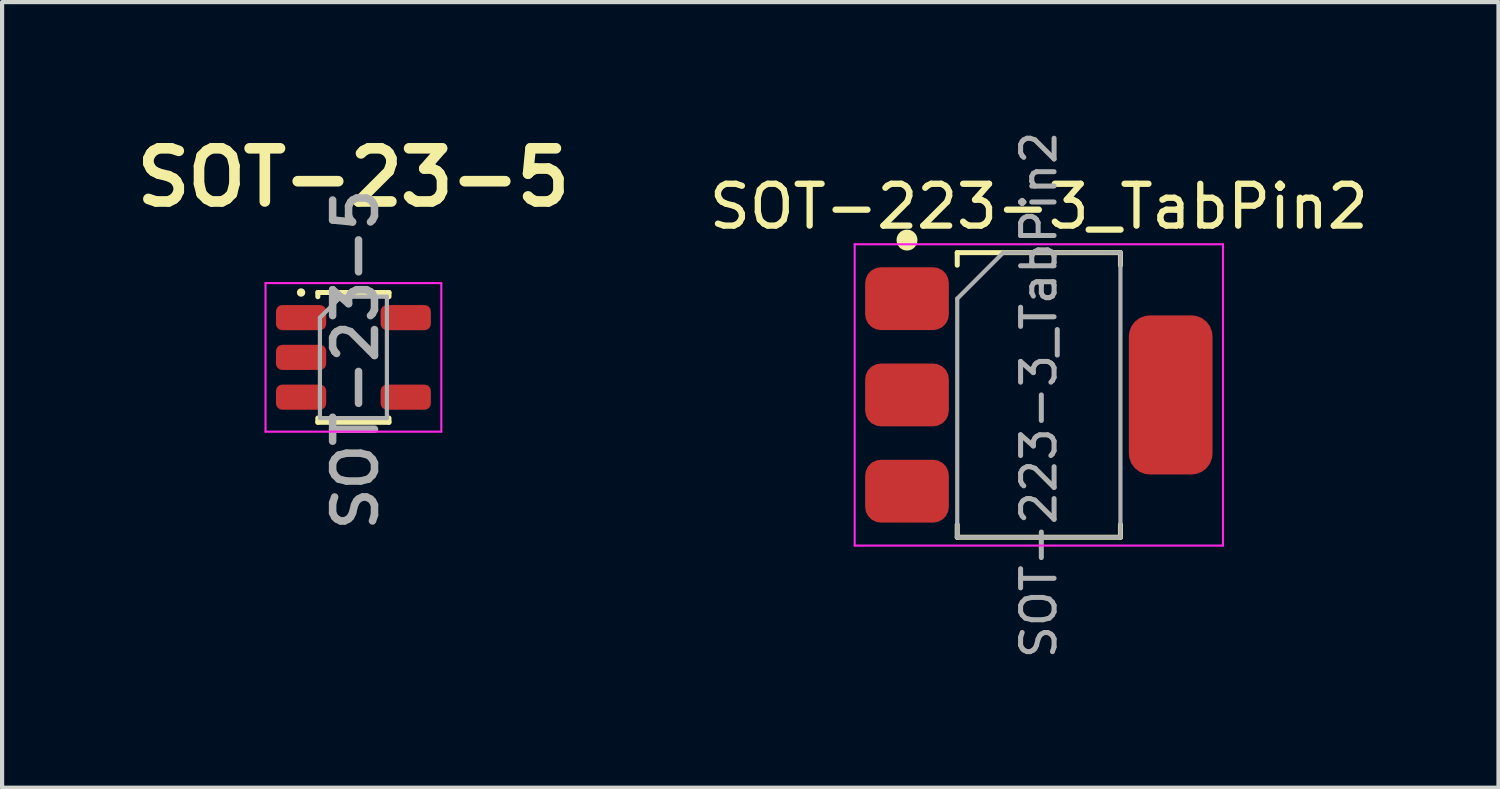
<source format=kicad_pcb>
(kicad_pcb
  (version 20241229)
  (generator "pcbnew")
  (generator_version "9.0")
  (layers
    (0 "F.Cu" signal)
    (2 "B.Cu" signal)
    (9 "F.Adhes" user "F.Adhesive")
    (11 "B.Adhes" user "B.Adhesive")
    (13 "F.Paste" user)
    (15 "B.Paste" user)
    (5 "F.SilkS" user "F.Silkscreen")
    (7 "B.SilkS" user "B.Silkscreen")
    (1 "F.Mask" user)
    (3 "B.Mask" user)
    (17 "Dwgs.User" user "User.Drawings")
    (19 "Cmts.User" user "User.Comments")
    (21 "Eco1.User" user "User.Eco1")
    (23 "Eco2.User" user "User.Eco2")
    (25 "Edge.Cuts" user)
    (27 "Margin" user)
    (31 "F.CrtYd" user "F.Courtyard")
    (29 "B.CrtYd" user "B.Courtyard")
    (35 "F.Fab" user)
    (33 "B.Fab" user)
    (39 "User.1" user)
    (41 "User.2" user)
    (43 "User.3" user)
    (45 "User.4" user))
  (footprint "SOT-23-5"
    (layer "F.Cu")
    (at 5.394 5.489)
    (property "Reference" "SOT-23-5" (at 0 -4.3 0) (layer "F.SilkS") (effects (font (size 1.27 1.27) (thickness 0.254))))
    (attr smd)
    (fp_line (start -0.85 -1.55) (end 0.85 -1.55) (stroke (width 0.12) (type solid)) (layer "F.SilkS"))
    (fp_line (start -0.85 -1.45) (end -0.85 -1.55) (stroke (width 0.12) (type solid)) (layer "F.SilkS"))
    (fp_line (start -0.85 1.55) (end -0.85 1.45) (stroke (width 0.12) (type solid)) (layer "F.SilkS"))
    (fp_line (start 0.85 -1.55) (end 0.85 -1.45) (stroke (width 0.12) (type solid)) (layer "F.SilkS"))
    (fp_line (start 0.85 1.45) (end 0.85 1.55) (stroke (width 0.12) (type solid)) (layer "F.SilkS"))
    (fp_line (start 0.85 1.55) (end -0.85 1.55) (stroke (width 0.12) (type solid)) (layer "F.SilkS"))
    (fp_circle (center -1.25 -1.55) (end -1.25 -1.5) (stroke (width 0.1) (type default)) (fill yes) (layer "F.SilkS"))
    (fp_line (start -2.1 -1.775) (end 2.1 -1.775) (stroke (width 0.05) (type solid)) (layer "F.CrtYd"))
    (fp_line (start -2.1 1.775) (end -2.1 -1.775) (stroke (width 0.05) (type solid)) (layer "F.CrtYd"))
    (fp_line (start 2.1 -1.775) (end 2.1 1.775) (stroke (width 0.05) (type solid)) (layer "F.CrtYd"))
    (fp_line (start 2.1 1.775) (end -2.1 1.775) (stroke (width 0.05) (type solid)) (layer "F.CrtYd"))
    (fp_line (start -0.8 -0.95) (end -0.3 -1.45) (stroke (width 0.1) (type default)) (layer "F.Fab"))
    (fp_line (start -0.8 1.45) (end -0.8 -0.95) (stroke (width 0.1) (type solid)) (layer "F.Fab"))
    (fp_line (start -0.3 -1.45) (end 0.8 -1.45) (stroke (width 0.1) (type solid)) (layer "F.Fab"))
    (fp_line (start 0.8 -1.45) (end 0.8 1.45) (stroke (width 0.1) (type solid)) (layer "F.Fab"))
    (fp_line (start 0.8 1.45) (end -0.8 1.45) (stroke (width 0.1) (type solid)) (layer "F.Fab"))
    (fp_text user "${REFERENCE}" (at 0.05 0.05 90) (layer "F.Fab") (effects (font (size 1 1) (thickness 0.18))))
    (pad "1" smd roundrect (at -1.25 -0.95 90) (size 0.6 1.2) (layers "F.Cu" "F.Mask" "F.Paste") (roundrect_rratio 0.25))
    (pad "2" smd roundrect (at -1.25 0 90) (size 0.6 1.2) (layers "F.Cu" "F.Mask" "F.Paste") (roundrect_rratio 0.25))
    (pad "3" smd roundrect (at -1.25 0.95 90) (size 0.6 1.2) (layers "F.Cu" "F.Mask" "F.Paste") (roundrect_rratio 0.25))
    (pad "4" smd roundrect (at 1.25 0.95 90) (size 0.6 1.2) (layers "F.Cu" "F.Mask" "F.Paste") (roundrect_rratio 0.25))
    (pad "5" smd roundrect (at 1.25 -0.95 90) (size 0.6 1.2) (layers "F.Cu" "F.Mask" "F.Paste") (roundrect_rratio 0.25)))
  (footprint "SOT-223-3_TabPin2"
    (layer "F.Cu")
    (at 21.771 6.386)
    (property "Reference" "SOT-223-3_TabPin2" (at 0 -4.5 0) (layer "F.SilkS") (effects (font (size 1 1) (thickness 0.15))))
    (attr smd)
    (fp_line (start -1.95 -3.4) (end -1.95 -3.1) (stroke (width 0.12) (type default)) (layer "F.SilkS"))
    (fp_line (start -1.95 -3.4) (end 1.95 -3.4) (stroke (width 0.12) (type solid)) (layer "F.SilkS"))
    (fp_line (start -1.95 3.4) (end -1.95 3.1) (stroke (width 0.12) (type default)) (layer "F.SilkS"))
    (fp_line (start -1.95 3.4) (end 1.95 3.4) (stroke (width 0.12) (type solid)) (layer "F.SilkS"))
    (fp_line (start 1.95 -3.4) (end 1.95 -3.1) (stroke (width 0.12) (type solid)) (layer "F.SilkS"))
    (fp_line (start 1.95 3.4) (end 1.95 3.1) (stroke (width 0.12) (type solid)) (layer "F.SilkS"))
    (fp_circle (center -3.15 -3.7) (end -3.15 -3.5) (stroke (width 0.1) (type default)) (fill yes) (layer "F.SilkS"))
    (fp_line (start -4.4 -3.6) (end -4.4 3.6) (stroke (width 0.05) (type solid)) (layer "F.CrtYd"))
    (fp_line (start -4.4 3.6) (end 4.4 3.6) (stroke (width 0.05) (type solid)) (layer "F.CrtYd"))
    (fp_line (start 4.4 -3.6) (end -4.4 -3.6) (stroke (width 0.05) (type solid)) (layer "F.CrtYd"))
    (fp_line (start 4.4 3.6) (end 4.4 -3.6) (stroke (width 0.05) (type solid)) (layer "F.CrtYd"))
    (fp_line (start -1.95 -2.3) (end -1.95 3.4) (stroke (width 0.1) (type solid)) (layer "F.Fab"))
    (fp_line (start -1.95 -2.3) (end -0.85 -3.4) (stroke (width 0.1) (type solid)) (layer "F.Fab"))
    (fp_line (start -1.95 3.4) (end 1.95 3.4) (stroke (width 0.1) (type solid)) (layer "F.Fab"))
    (fp_line (start -0.85 -3.4) (end 1.95 -3.4) (stroke (width 0.1) (type solid)) (layer "F.Fab"))
    (fp_line (start 1.95 -3.4) (end 1.95 3.4) (stroke (width 0.1) (type solid)) (layer "F.Fab"))
    (fp_text user "${REFERENCE}" (at 0 0 90) (layer "F.Fab") (effects (font (size 0.8 0.8) (thickness 0.12))))
    (pad "1" smd roundrect (at -3.15 -2.3) (size 2 1.5) (layers "F.Cu" "F.Mask" "F.Paste") (roundrect_rratio 0.25))
    (pad "2" smd roundrect (at -3.15 0) (size 2 1.5) (layers "F.Cu" "F.Mask" "F.Paste") (roundrect_rratio 0.25))
    (pad "2" smd roundrect (at 3.15 0) (size 2 3.8) (layers "F.Cu" "F.Mask" "F.Paste") (roundrect_rratio 0.25))
    (pad "3" smd roundrect (at -3.15 2.3) (size 2 1.5) (layers "F.Cu" "F.Mask" "F.Paste") (roundrect_rratio 0.25)))
  (gr_rect
    (start -3 -3)
    (end 32.753 15.771)
    (stroke (width 0.1) (type default))
    (fill no)
    (layer "Edge.Cuts")))
</source>
